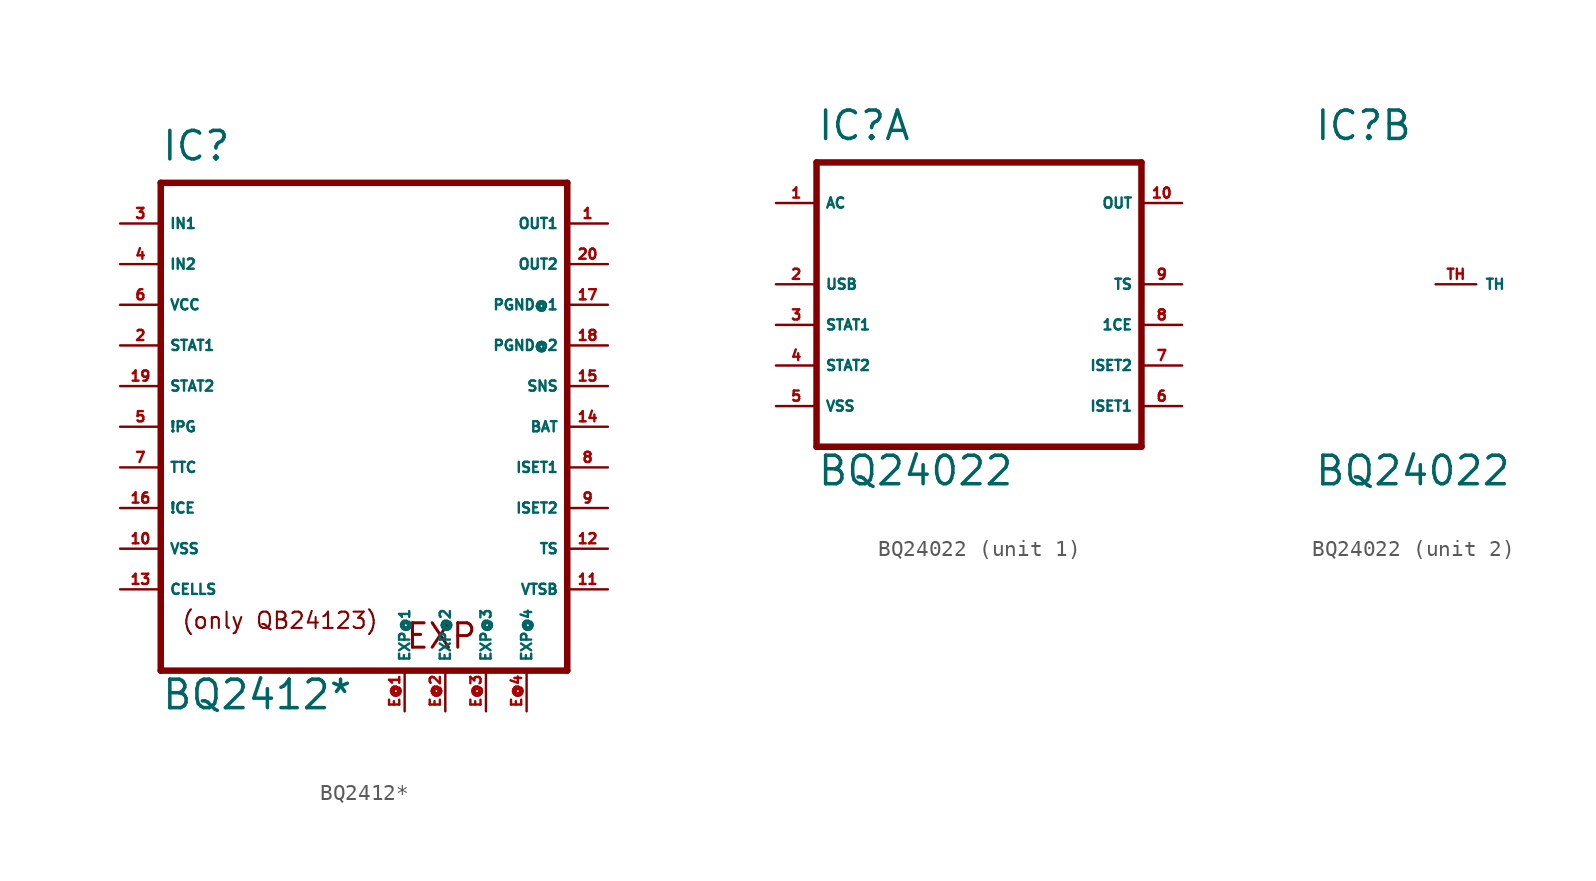
<source format=kicad_sym>
(kicad_symbol_lib
  (version 20220914)
  (generator Eagle2Kicad)
  (symbol "BQ2412*"
    (property "Reference" "IC"
      (at -12.7 16.51 0)
      (effects (font (size 1.778 1.778) (thickness 0.22)) (justify left bottom)))
    (property "Value" "BQ2412*"
      (at -12.7 -17.78 0)
      (effects (font (size 1.778 1.778) (thickness 0.22)) (justify left bottom)))
    (polyline
      (pts (xy -12.7 -15.24) (xy -12.7 15.24))
      (stroke (width 0.406) (type default))
      (fill (type none)))
    (polyline
      (pts (xy 12.7 15.24) (xy -12.7 15.24))
      (stroke (width 0.406) (type default))
      (fill (type none)))
    (polyline
      (pts (xy 12.7 15.24) (xy 12.7 -15.24))
      (stroke (width 0.406) (type default))
      (fill (type none)))
    (polyline
      (pts (xy -12.7 -15.24) (xy 12.7 -15.24))
      (stroke (width 0.406) (type default))
      (fill (type none)))
    (text "EXP"
      (at 2.54 -13.97 0)
      (effects (font (size 1.524 1.524) (thickness 0.19)) (justify left bottom)))
    (text "(only QB24123)"
      (at -11.43 -12.7 0)
      (effects (font (size 1.016 1.016) (thickness 0.13)) (justify left bottom)))
    (pin input line
      (at -15.24 -10.16 0)
      (length 2.54)
      (name "CELLS" (effects (font (size 0.635 0.635) (thickness 0.08)) (justify left bottom)))
      (number "13" (effects (font (size 0.635 0.635) (thickness 0.08)) (justify left bottom))))
    (pin output line
      (at -15.24 0 0)
      (length 2.54)
      (name "!PG" (effects (font (size 0.635 0.635) (thickness 0.08)) (justify left bottom)))
      (number "5" (effects (font (size 0.635 0.635) (thickness 0.08)) (justify left bottom))))
    (pin input line
      (at 15.24 2.54 180)
      (length 2.54)
      (name "SNS" (effects (font (size 0.635 0.635) (thickness 0.08)) (justify left bottom)))
      (number "15" (effects (font (size 0.635 0.635) (thickness 0.08)) (justify left bottom))))
    (pin input line
      (at -15.24 -5.08 0)
      (length 2.54)
      (name "!CE" (effects (font (size 0.635 0.635) (thickness 0.08)) (justify left bottom)))
      (number "16" (effects (font (size 0.635 0.635) (thickness 0.08)) (justify left bottom))))
    (pin output line
      (at -15.24 5.08 0)
      (length 2.54)
      (name "STAT1" (effects (font (size 0.635 0.635) (thickness 0.08)) (justify left bottom)))
      (number "2" (effects (font (size 0.635 0.635) (thickness 0.08)) (justify left bottom))))
    (pin bidirectional line
      (at 15.24 -5.08 180)
      (length 2.54)
      (name "ISET2" (effects (font (size 0.635 0.635) (thickness 0.08)) (justify left bottom)))
      (number "9" (effects (font (size 0.635 0.635) (thickness 0.08)) (justify left bottom))))
    (pin passive line
      (at 15.24 12.7 180)
      (length 2.54)
      (name "OUT1" (effects (font (size 0.635 0.635) (thickness 0.08)) (justify left bottom)))
      (number "1" (effects (font (size 0.635 0.635) (thickness 0.08)) (justify left bottom))))
    (pin passive line
      (at 15.24 5.08 180)
      (length 2.54)
      (name "PGND@2" (effects (font (size 0.635 0.635) (thickness 0.08)) (justify left bottom)))
      (number "18" (effects (font (size 0.635 0.635) (thickness 0.08)) (justify left bottom))))
    (pin input line
      (at 15.24 0 180)
      (length 2.54)
      (name "BAT" (effects (font (size 0.635 0.635) (thickness 0.08)) (justify left bottom)))
      (number "14" (effects (font (size 0.635 0.635) (thickness 0.08)) (justify left bottom))))
    (pin input line
      (at -15.24 10.16 0)
      (length 2.54)
      (name "IN2" (effects (font (size 0.635 0.635) (thickness 0.08)) (justify left bottom)))
      (number "4" (effects (font (size 0.635 0.635) (thickness 0.08)) (justify left bottom))))
    (pin bidirectional line
      (at 15.24 -2.54 180)
      (length 2.54)
      (name "ISET1" (effects (font (size 0.635 0.635) (thickness 0.08)) (justify left bottom)))
      (number "8" (effects (font (size 0.635 0.635) (thickness 0.08)) (justify left bottom))))
    (pin input line
      (at 15.24 -7.62 180)
      (length 2.54)
      (name "TS" (effects (font (size 0.635 0.635) (thickness 0.08)) (justify left bottom)))
      (number "12" (effects (font (size 0.635 0.635) (thickness 0.08)) (justify left bottom))))
    (pin input line
      (at -15.24 7.62 0)
      (length 2.54)
      (name "VCC" (effects (font (size 0.635 0.635) (thickness 0.08)) (justify left bottom)))
      (number "6" (effects (font (size 0.635 0.635) (thickness 0.08)) (justify left bottom))))
    (pin passive line
      (at 15.24 7.62 180)
      (length 2.54)
      (name "PGND@1" (effects (font (size 0.635 0.635) (thickness 0.08)) (justify left bottom)))
      (number "17" (effects (font (size 0.635 0.635) (thickness 0.08)) (justify left bottom))))
    (pin input line
      (at -15.24 -2.54 0)
      (length 2.54)
      (name "TTC" (effects (font (size 0.635 0.635) (thickness 0.08)) (justify left bottom)))
      (number "7" (effects (font (size 0.635 0.635) (thickness 0.08)) (justify left bottom))))
    (pin output line
      (at -15.24 2.54 0)
      (length 2.54)
      (name "STAT2" (effects (font (size 0.635 0.635) (thickness 0.08)) (justify left bottom)))
      (number "19" (effects (font (size 0.635 0.635) (thickness 0.08)) (justify left bottom))))
    (pin passive line
      (at 15.24 10.16 180)
      (length 2.54)
      (name "OUT2" (effects (font (size 0.635 0.635) (thickness 0.08)) (justify left bottom)))
      (number "20" (effects (font (size 0.635 0.635) (thickness 0.08)) (justify left bottom))))
    (pin input line
      (at -15.24 -7.62 0)
      (length 2.54)
      (name "VSS" (effects (font (size 0.635 0.635) (thickness 0.08)) (justify left bottom)))
      (number "10" (effects (font (size 0.635 0.635) (thickness 0.08)) (justify left bottom))))
    (pin output line
      (at 15.24 -10.16 180)
      (length 2.54)
      (name "VTSB" (effects (font (size 0.635 0.635) (thickness 0.08)) (justify left bottom)))
      (number "11" (effects (font (size 0.635 0.635) (thickness 0.08)) (justify left bottom))))
    (pin input line
      (at -15.24 12.7 0)
      (length 2.54)
      (name "IN1" (effects (font (size 0.635 0.635) (thickness 0.08)) (justify left bottom)))
      (number "3" (effects (font (size 0.635 0.635) (thickness 0.08)) (justify left bottom))))
    (pin passive line
      (at 2.54 -17.78 90)
      (length 2.54)
      (name "EXP@1" (effects (font (size 0.635 0.635) (thickness 0.08)) (justify left bottom)))
      (number "E@1" (effects (font (size 0.635 0.635) (thickness 0.08)) (justify left bottom))))
    (pin passive line
      (at 5.08 -17.78 90)
      (length 2.54)
      (name "EXP@2" (effects (font (size 0.635 0.635) (thickness 0.08)) (justify left bottom)))
      (number "E@2" (effects (font (size 0.635 0.635) (thickness 0.08)) (justify left bottom))))
    (pin passive line
      (at 7.62 -17.78 90)
      (length 2.54)
      (name "EXP@3" (effects (font (size 0.635 0.635) (thickness 0.08)) (justify left bottom)))
      (number "E@3" (effects (font (size 0.635 0.635) (thickness 0.08)) (justify left bottom))))
    (pin passive line
      (at 10.16 -17.78 90)
      (length 2.54)
      (name "EXP@4" (effects (font (size 0.635 0.635) (thickness 0.08)) (justify left bottom)))
      (number "E@4" (effects (font (size 0.635 0.635) (thickness 0.08)) (justify left bottom)))))
  (symbol "BQ24022"
    (property "Reference" "IC"
      (at -10.16 8.89 0)
      (effects (font (size 1.778 1.778) (thickness 0.22)) (justify left bottom)))
    (property "Value" "BQ24022"
      (at -10.16 -12.7 0)
      (effects (font (size 1.778 1.778) (thickness 0.22)) (justify left bottom)))
    (symbol "BQ24022_1_0"
      (polyline (pts (xy -10.16 7.62) (xy 10.16 7.62)) (stroke (width 0.406) (type default)) (fill (type none)))
      (polyline (pts (xy 10.16 7.62) (xy 10.16 -10.16)) (stroke (width 0.406) (type default)) (fill (type none)))
      (polyline (pts (xy 10.16 -10.16) (xy -10.16 -10.16)) (stroke (width 0.406) (type default)) (fill (type none)))
      (polyline (pts (xy -10.16 -10.16) (xy -10.16 7.62)) (stroke (width 0.406) (type default)) (fill (type none)))
      (pin input line (at -12.7 5.08 0) (length 2.54) (name "AC" (effects (font (size 0.635 0.635) (thickness 0.08)) (justify left bottom))) (number "1" (effects (font (size 0.635 0.635) (thickness 0.08)) (justify left bottom))))
      (pin bidirectional line (at -12.7 0 0) (length 2.54) (name "USB" (effects (font (size 0.635 0.635) (thickness 0.08)) (justify left bottom))) (number "2" (effects (font (size 0.635 0.635) (thickness 0.08)) (justify left bottom))))
      (pin bidirectional line (at -12.7 -2.54 0) (length 2.54) (name "STAT1" (effects (font (size 0.635 0.635) (thickness 0.08)) (justify left bottom))) (number "3" (effects (font (size 0.635 0.635) (thickness 0.08)) (justify left bottom))))
      (pin bidirectional line (at -12.7 -5.08 0) (length 2.54) (name "STAT2" (effects (font (size 0.635 0.635) (thickness 0.08)) (justify left bottom))) (number "4" (effects (font (size 0.635 0.635) (thickness 0.08)) (justify left bottom))))
      (pin unspecified line (at -12.7 -7.62 0) (length 2.54) (name "VSS" (effects (font (size 0.635 0.635) (thickness 0.08)) (justify left bottom))) (number "5" (effects (font (size 0.635 0.635) (thickness 0.08)) (justify left bottom))))
      (pin input line (at 12.7 -7.62 180) (length 2.54) (name "ISET1" (effects (font (size 0.635 0.635) (thickness 0.08)) (justify left bottom))) (number "6" (effects (font (size 0.635 0.635) (thickness 0.08)) (justify left bottom))))
      (pin input line (at 12.7 -5.08 180) (length 2.54) (name "ISET2" (effects (font (size 0.635 0.635) (thickness 0.08)) (justify left bottom))) (number "7" (effects (font (size 0.635 0.635) (thickness 0.08)) (justify left bottom))))
      (pin input line (at 12.7 -2.54 180) (length 2.54) (name "1CE" (effects (font (size 0.635 0.635) (thickness 0.08)) (justify left bottom))) (number "8" (effects (font (size 0.635 0.635) (thickness 0.08)) (justify left bottom))))
      (pin input line (at 12.7 0 180) (length 2.54) (name "TS" (effects (font (size 0.635 0.635) (thickness 0.08)) (justify left bottom))) (number "9" (effects (font (size 0.635 0.635) (thickness 0.08)) (justify left bottom))))
      (pin output line (at 12.7 5.08 180) (length 2.54) (name "OUT" (effects (font (size 0.635 0.635) (thickness 0.08)) (justify left bottom))) (number "10" (effects (font (size 0.635 0.635) (thickness 0.08)) (justify left bottom)))))
    (symbol "BQ24022_2_0"
      (pin passive line (at -2.54 0 0) (length 2.54) (name "TH" (effects (font (size 0.635 0.635) (thickness 0.08)) (justify left bottom))) (number "TH" (effects (font (size 0.635 0.635) (thickness 0.08)) (justify left bottom)))))))
</source>
